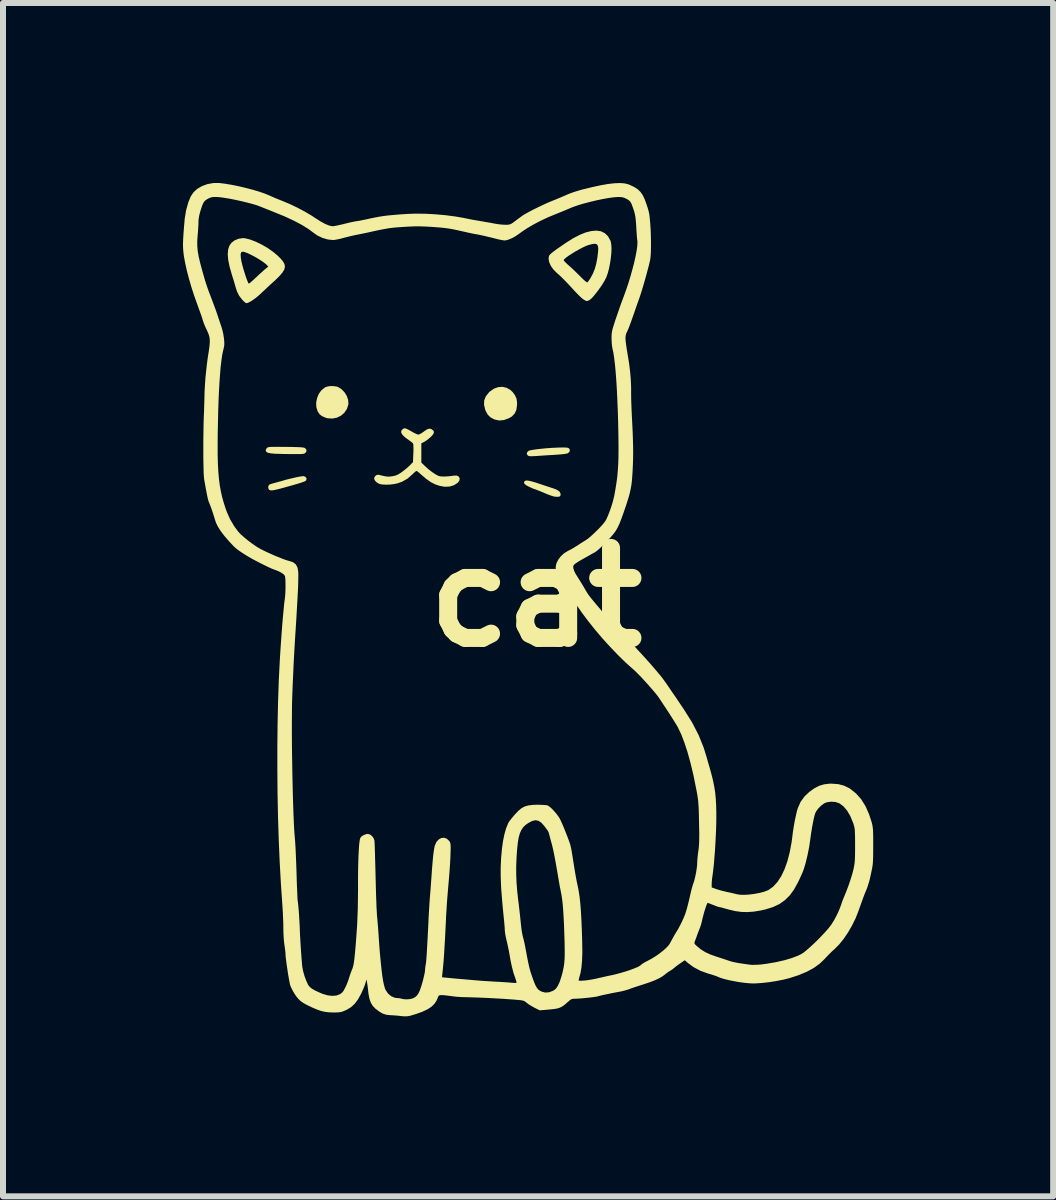
<source format=kicad_pcb>
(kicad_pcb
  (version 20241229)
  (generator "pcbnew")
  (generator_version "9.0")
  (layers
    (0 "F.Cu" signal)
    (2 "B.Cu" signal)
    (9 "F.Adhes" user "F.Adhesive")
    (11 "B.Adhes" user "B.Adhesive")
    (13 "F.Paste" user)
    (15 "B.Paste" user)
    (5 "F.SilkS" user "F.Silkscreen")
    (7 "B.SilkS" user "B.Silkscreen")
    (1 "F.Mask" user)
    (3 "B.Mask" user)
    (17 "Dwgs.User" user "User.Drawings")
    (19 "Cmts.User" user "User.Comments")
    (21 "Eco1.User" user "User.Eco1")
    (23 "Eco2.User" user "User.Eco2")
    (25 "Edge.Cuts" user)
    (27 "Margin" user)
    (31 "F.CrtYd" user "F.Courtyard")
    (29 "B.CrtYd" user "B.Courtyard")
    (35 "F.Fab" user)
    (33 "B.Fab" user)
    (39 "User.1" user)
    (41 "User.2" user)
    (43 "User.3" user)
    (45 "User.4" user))
  (footprint "cat"
    (layer "F.Cu")
    (at 5.885 6.905)
    (property "Reference" "cat" (at 0 0 0) (layer "F.SilkS") (effects (font (size 1.5 1.5) (thickness 0.3))))
    (attr board_only exclude_from_pos_files exclude_from_bom)
    (fp_poly (pts (xy -0.488 -3.49) (xy -0.424 -3.452) (xy -0.39 -3.42) (xy -0.349 -3.364) (xy -0.325 -3.308) (xy -0.316 -3.243) (xy -0.317 -3.199) (xy -0.328 -3.122) (xy -0.356 -3.062) (xy -0.401 -3.014) (xy -0.453 -2.983) (xy -0.537 -2.953) (xy -0.616 -2.946) (xy -0.693 -2.963) (xy -0.697 -2.965) (xy -0.758 -2.997) (xy -0.804 -3.042) (xy -0.838 -3.103) (xy -0.848 -3.129) (xy -0.867 -3.208) (xy -0.864 -3.28) (xy -0.838 -3.347) (xy -0.788 -3.411) (xy -0.769 -3.429) (xy -0.703 -3.476) (xy -0.631 -3.502) (xy -0.558 -3.507)) (stroke (width 0) (type solid)) (fill yes) (layer "F.SilkS"))
    (fp_poly (pts (xy -3.326 -3.512) (xy -3.3 -3.504) (xy -3.243 -3.468) (xy -3.193 -3.417) (xy -3.155 -3.356) (xy -3.132 -3.29) (xy -3.127 -3.225) (xy -3.129 -3.211) (xy -3.153 -3.137) (xy -3.196 -3.074) (xy -3.253 -3.025) (xy -3.322 -2.992) (xy -3.397 -2.978) (xy -3.475 -2.983) (xy -3.512 -2.994) (xy -3.568 -3.019) (xy -3.607 -3.049) (xy -3.635 -3.09) (xy -3.641 -3.101) (xy -3.662 -3.169) (xy -3.665 -3.243) (xy -3.65 -3.318) (xy -3.622 -3.388) (xy -3.58 -3.447) (xy -3.526 -3.492) (xy -3.501 -3.505) (xy -3.448 -3.518) (xy -3.386 -3.52)) (stroke (width 0) (type solid)) (fill yes) (layer "F.SilkS"))
    (fp_poly (pts (xy 0.496 -2.495) (xy 0.524 -2.492) (xy 0.542 -2.486) (xy 0.551 -2.479) (xy 0.565 -2.452) (xy 0.557 -2.424) (xy 0.531 -2.401) (xy 0.523 -2.397) (xy 0.5 -2.392) (xy 0.458 -2.386) (xy 0.401 -2.38) (xy 0.335 -2.375) (xy 0.29 -2.372) (xy 0.214 -2.368) (xy 0.136 -2.363) (xy 0.065 -2.358) (xy 0.007 -2.354) (xy -0.012 -2.353) (xy -0.068 -2.35) (xy -0.105 -2.351) (xy -0.128 -2.357) (xy -0.137 -2.362) (xy -0.154 -2.387) (xy -0.15 -2.414) (xy -0.126 -2.438) (xy -0.119 -2.442) (xy -0.091 -2.45) (xy -0.045 -2.458) (xy 0.018 -2.467) (xy 0.091 -2.475) (xy 0.172 -2.483) (xy 0.254 -2.489) (xy 0.335 -2.493) (xy 0.39 -2.495) (xy 0.453 -2.496)) (stroke (width 0) (type solid)) (fill yes) (layer "F.SilkS"))
    (fp_poly (pts (xy -3.843 -2.006) (xy -3.826 -1.983) (xy -3.829 -1.955) (xy -3.831 -1.951) (xy -3.837 -1.943) (xy -3.848 -1.935) (xy -3.866 -1.927) (xy -3.893 -1.917) (xy -3.932 -1.904) (xy -3.986 -1.888) (xy -4.057 -1.867) (xy -4.149 -1.842) (xy -4.175 -1.834) (xy -4.259 -1.811) (xy -4.324 -1.795) (xy -4.371 -1.785) (xy -4.405 -1.781) (xy -4.428 -1.782) (xy -4.444 -1.788) (xy -4.451 -1.793) (xy -4.464 -1.82) (xy -4.462 -1.852) (xy -4.45 -1.874) (xy -4.429 -1.884) (xy -4.395 -1.895) (xy -4.374 -1.901) (xy -4.328 -1.913) (xy -4.274 -1.928) (xy -4.237 -1.938) (xy -4.173 -1.957) (xy -4.105 -1.974) (xy -4.037 -1.99) (xy -3.975 -2.004) (xy -3.923 -2.013) (xy -3.887 -2.018) (xy -3.874 -2.018)) (stroke (width 0) (type solid)) (fill yes) (layer "F.SilkS"))
    (fp_poly (pts (xy -4.219 -2.506) (xy -4.174 -2.506) (xy -4.077 -2.505) (xy -4.002 -2.503) (xy -3.945 -2.501) (xy -3.904 -2.498) (xy -3.875 -2.494) (xy -3.858 -2.489) (xy -3.851 -2.486) (xy -3.828 -2.46) (xy -3.828 -2.43) (xy -3.846 -2.404) (xy -3.857 -2.397) (xy -3.874 -2.391) (xy -3.9 -2.388) (xy -3.939 -2.386) (xy -3.994 -2.386) (xy -4.07 -2.386) (xy -4.085 -2.386) (xy -4.159 -2.387) (xy -4.229 -2.388) (xy -4.289 -2.39) (xy -4.335 -2.391) (xy -4.356 -2.392) (xy -4.419 -2.398) (xy -4.462 -2.406) (xy -4.488 -2.417) (xy -4.501 -2.432) (xy -4.506 -2.455) (xy -4.492 -2.481) (xy -4.484 -2.489) (xy -4.475 -2.496) (xy -4.462 -2.501) (xy -4.441 -2.504) (xy -4.409 -2.506) (xy -4.363 -2.506) (xy -4.301 -2.507)) (stroke (width 0) (type solid)) (fill yes) (layer "F.SilkS"))
    (fp_poly (pts (xy -0.123 -1.942) (xy -0.077 -1.932) (xy -0.014 -1.914) (xy 0.067 -1.887) (xy 0.103 -1.875) (xy 0.163 -1.855) (xy 0.225 -1.835) (xy 0.278 -1.817) (xy 0.29 -1.814) (xy 0.352 -1.789) (xy 0.391 -1.761) (xy 0.408 -1.729) (xy 0.409 -1.707) (xy 0.404 -1.688) (xy 0.391 -1.678) (xy 0.362 -1.674) (xy 0.351 -1.674) (xy 0.322 -1.675) (xy 0.286 -1.682) (xy 0.241 -1.697) (xy 0.18 -1.72) (xy 0.14 -1.737) (xy 0.083 -1.761) (xy 0.033 -1.781) (xy -0.004 -1.795) (xy -0.024 -1.803) (xy -0.027 -1.803) (xy -0.042 -1.808) (xy -0.072 -1.821) (xy -0.111 -1.839) (xy -0.114 -1.84) (xy -0.165 -1.867) (xy -0.193 -1.891) (xy -0.201 -1.913) (xy -0.192 -1.932) (xy -0.178 -1.942) (xy -0.156 -1.946)) (stroke (width 0) (type solid)) (fill yes) (layer "F.SilkS"))
    (fp_poly (pts (xy -4.849 -5.983) (xy -4.765 -5.962) (xy -4.671 -5.926) (xy -4.572 -5.878) (xy -4.474 -5.821) (xy -4.384 -5.758) (xy -4.307 -5.694) (xy -4.254 -5.641) (xy -4.215 -5.594) (xy -4.192 -5.55) (xy -4.186 -5.507) (xy -4.196 -5.463) (xy -4.225 -5.415) (xy -4.271 -5.36) (xy -4.336 -5.295) (xy -4.405 -5.232) (xy -4.448 -5.193) (xy -4.5 -5.144) (xy -4.554 -5.093) (xy -4.586 -5.063) (xy -4.642 -5.013) (xy -4.699 -4.969) (xy -4.752 -4.933) (xy -4.796 -4.91) (xy -4.829 -4.901) (xy -4.83 -4.901) (xy -4.845 -4.909) (xy -4.87 -4.931) (xy -4.897 -4.958) (xy -4.948 -5.024) (xy -4.985 -5.097) (xy -5.009 -5.173) (xy -5.019 -5.209) (xy -5.034 -5.261) (xy -5.053 -5.321) (xy -5.071 -5.379) (xy -5.108 -5.509) (xy -5.131 -5.621) (xy -5.138 -5.706) (xy -4.924 -5.706) (xy -4.92 -5.655) (xy -4.917 -5.633) (xy -4.909 -5.591) (xy -4.896 -5.538) (xy -4.88 -5.478) (xy -4.861 -5.417) (xy -4.842 -5.357) (xy -4.824 -5.304) (xy -4.807 -5.262) (xy -4.795 -5.235) (xy -4.788 -5.228) (xy -4.774 -5.236) (xy -4.748 -5.257) (xy -4.713 -5.288) (xy -4.684 -5.315) (xy -4.637 -5.36) (xy -4.587 -5.405) (xy -4.544 -5.444) (xy -4.528 -5.458) (xy -4.463 -5.512) (xy -4.496 -5.546) (xy -4.532 -5.576) (xy -4.581 -5.61) (xy -4.639 -5.647) (xy -4.701 -5.682) (xy -4.763 -5.714) (xy -4.818 -5.739) (xy -4.862 -5.755) (xy -4.886 -5.76) (xy -4.908 -5.755) (xy -4.92 -5.738) (xy -4.924 -5.706) (xy -5.138 -5.706) (xy -5.139 -5.716) (xy -5.132 -5.796) (xy -5.111 -5.86) (xy -5.075 -5.91) (xy -5.022 -5.95) (xy -4.956 -5.976) (xy -4.886 -5.986)) (stroke (width 0) (type solid)) (fill yes) (layer "F.SilkS"))
    (fp_poly (pts (xy 1.082 -6.1) (xy 1.147 -6.068) (xy 1.2 -6.016) (xy 1.239 -5.946) (xy 1.245 -5.931) (xy 1.254 -5.881) (xy 1.258 -5.813) (xy 1.255 -5.731) (xy 1.245 -5.64) (xy 1.235 -5.573) (xy 1.217 -5.481) (xy 1.197 -5.405) (xy 1.173 -5.337) (xy 1.14 -5.271) (xy 1.097 -5.201) (xy 1.041 -5.122) (xy 1.023 -5.098) (xy 0.969 -5.029) (xy 0.925 -4.981) (xy 0.887 -4.951) (xy 0.854 -4.938) (xy 0.843 -4.937) (xy 0.824 -4.944) (xy 0.795 -4.961) (xy 0.779 -4.972) (xy 0.753 -4.994) (xy 0.715 -5.03) (xy 0.672 -5.074) (xy 0.629 -5.12) (xy 0.557 -5.198) (xy 0.489 -5.27) (xy 0.427 -5.332) (xy 0.375 -5.381) (xy 0.343 -5.409) (xy 0.29 -5.462) (xy 0.248 -5.521) (xy 0.22 -5.582) (xy 0.213 -5.619) (xy 0.46 -5.619) (xy 0.469 -5.605) (xy 0.492 -5.58) (xy 0.525 -5.548) (xy 0.548 -5.528) (xy 0.594 -5.487) (xy 0.649 -5.435) (xy 0.704 -5.381) (xy 0.738 -5.347) (xy 0.778 -5.307) (xy 0.813 -5.275) (xy 0.84 -5.254) (xy 0.853 -5.247) (xy 0.853 -5.248) (xy 0.866 -5.26) (xy 0.886 -5.287) (xy 0.907 -5.318) (xy 0.949 -5.397) (xy 0.981 -5.477) (xy 1.005 -5.565) (xy 1.024 -5.669) (xy 1.024 -5.674) (xy 1.034 -5.756) (xy 1.037 -5.817) (xy 1.03 -5.859) (xy 1.013 -5.883) (xy 0.984 -5.892) (xy 0.941 -5.888) (xy 0.883 -5.873) (xy 0.873 -5.87) (xy 0.83 -5.854) (xy 0.777 -5.829) (xy 0.718 -5.798) (xy 0.657 -5.764) (xy 0.599 -5.728) (xy 0.546 -5.694) (xy 0.502 -5.662) (xy 0.473 -5.637) (xy 0.46 -5.62) (xy 0.46 -5.619) (xy 0.213 -5.619) (xy 0.209 -5.639) (xy 0.215 -5.687) (xy 0.226 -5.704) (xy 0.248 -5.727) (xy 0.284 -5.757) (xy 0.335 -5.795) (xy 0.403 -5.842) (xy 0.489 -5.901) (xy 0.496 -5.906) (xy 0.618 -5.983) (xy 0.729 -6.041) (xy 0.829 -6.081) (xy 0.922 -6.104) (xy 1.005 -6.111)) (stroke (width 0) (type solid)) (fill yes) (layer "F.SilkS"))
    (fp_poly (pts (xy -2.173 -2.813) (xy -2.148 -2.803) (xy -2.112 -2.784) (xy -2.059 -2.754) (xy -2.047 -2.747) (xy -2.009 -2.728) (xy -1.977 -2.714) (xy -1.961 -2.711) (xy -1.939 -2.718) (xy -1.907 -2.736) (xy -1.881 -2.754) (xy -1.835 -2.787) (xy -1.8 -2.805) (xy -1.772 -2.81) (xy -1.746 -2.803) (xy -1.741 -2.8) (xy -1.711 -2.778) (xy -1.701 -2.752) (xy -1.713 -2.719) (xy -1.747 -2.679) (xy -1.754 -2.672) (xy -1.794 -2.638) (xy -1.835 -2.607) (xy -1.863 -2.59) (xy -1.912 -2.565) (xy -1.912 -2.404) (xy -1.912 -2.244) (xy -1.848 -2.183) (xy -1.788 -2.129) (xy -1.725 -2.081) (xy -1.667 -2.043) (xy -1.625 -2.022) (xy -1.588 -2.014) (xy -1.533 -2.012) (xy -1.466 -2.015) (xy -1.393 -2.023) (xy -1.364 -2.028) (xy -1.318 -2.027) (xy -1.287 -2.01) (xy -1.273 -1.982) (xy -1.277 -1.947) (xy -1.303 -1.91) (xy -1.304 -1.909) (xy -1.365 -1.868) (xy -1.438 -1.845) (xy -1.522 -1.841) (xy -1.609 -1.857) (xy -1.685 -1.883) (xy -1.756 -1.92) (xy -1.83 -1.972) (xy -1.911 -2.041) (xy -1.919 -2.048) (xy -1.951 -2.077) (xy -1.977 -2.097) (xy -1.992 -2.106) (xy -1.992 -2.106) (xy -2.006 -2.098) (xy -2.031 -2.077) (xy -2.058 -2.051) (xy -2.142 -1.977) (xy -2.234 -1.925) (xy -2.307 -1.899) (xy -2.367 -1.886) (xy -2.435 -1.878) (xy -2.502 -1.876) (xy -2.562 -1.879) (xy -2.607 -1.887) (xy -2.61 -1.889) (xy -2.652 -1.911) (xy -2.683 -1.941) (xy -2.698 -1.972) (xy -2.699 -1.979) (xy -2.688 -2.011) (xy -2.664 -2.034) (xy -2.632 -2.042) (xy -2.623 -2.041) (xy -2.558 -2.025) (xy -2.51 -2.015) (xy -2.472 -2.01) (xy -2.438 -2.011) (xy -2.4 -2.016) (xy -2.39 -2.017) (xy -2.343 -2.028) (xy -2.303 -2.044) (xy -2.26 -2.07) (xy -2.23 -2.092) (xy -2.183 -2.128) (xy -2.138 -2.166) (xy -2.102 -2.199) (xy -2.1 -2.202) (xy -2.051 -2.252) (xy -2.045 -2.397) (xy -2.043 -2.456) (xy -2.044 -2.506) (xy -2.045 -2.542) (xy -2.049 -2.56) (xy -2.063 -2.576) (xy -2.092 -2.599) (xy -2.115 -2.615) (xy -2.182 -2.664) (xy -2.226 -2.706) (xy -2.247 -2.743) (xy -2.247 -2.773) (xy -2.225 -2.8) (xy -2.22 -2.803) (xy -2.205 -2.812) (xy -2.191 -2.816)) (stroke (width 0) (type solid)) (fill yes) (layer "F.SilkS"))
    (fp_poly (pts (xy -5.187 -6.893) (xy -5.077 -6.875) (xy -4.959 -6.851) (xy -4.839 -6.823) (xy -4.721 -6.792) (xy -4.613 -6.76) (xy -4.518 -6.727) (xy -4.451 -6.699) (xy -4.401 -6.677) (xy -4.339 -6.65) (xy -4.272 -6.623) (xy -4.23 -6.606) (xy -4.107 -6.555) (xy -3.981 -6.495) (xy -3.858 -6.43) (xy -3.746 -6.364) (xy -3.681 -6.321) (xy -3.595 -6.266) (xy -3.517 -6.223) (xy -3.451 -6.196) (xy -3.397 -6.184) (xy -3.389 -6.184) (xy -3.364 -6.187) (xy -3.321 -6.195) (xy -3.266 -6.207) (xy -3.204 -6.221) (xy -3.186 -6.226) (xy -3.124 -6.241) (xy -3.068 -6.254) (xy -3.023 -6.263) (xy -2.996 -6.268) (xy -2.992 -6.268) (xy -2.97 -6.271) (xy -2.931 -6.278) (xy -2.877 -6.289) (xy -2.813 -6.302) (xy -2.775 -6.311) (xy -2.697 -6.327) (xy -2.624 -6.341) (xy -2.55 -6.353) (xy -2.472 -6.363) (xy -2.384 -6.371) (xy -2.281 -6.38) (xy -2.16 -6.388) (xy -2.151 -6.389) (xy -2.006 -6.394) (xy -1.846 -6.392) (xy -1.678 -6.383) (xy -1.51 -6.368) (xy -1.349 -6.347) (xy -1.203 -6.322) (xy -1.186 -6.318) (xy -1.117 -6.304) (xy -1.04 -6.289) (xy -0.968 -6.277) (xy -0.956 -6.275) (xy -0.897 -6.265) (xy -0.84 -6.255) (xy -0.794 -6.247) (xy -0.781 -6.245) (xy -0.697 -6.229) (xy -0.632 -6.218) (xy -0.579 -6.212) (xy -0.535 -6.209) (xy -0.503 -6.208) (xy -0.467 -6.209) (xy -0.44 -6.214) (xy -0.413 -6.225) (xy -0.381 -6.246) (xy -0.346 -6.272) (xy -0.302 -6.305) (xy -0.261 -6.335) (xy -0.23 -6.357) (xy -0.224 -6.362) (xy -0.181 -6.388) (xy -0.122 -6.421) (xy -0.05 -6.459) (xy 0.029 -6.498) (xy 0.109 -6.536) (xy 0.187 -6.572) (xy 0.256 -6.601) (xy 0.268 -6.606) (xy 0.335 -6.633) (xy 0.405 -6.662) (xy 0.468 -6.689) (xy 0.516 -6.71) (xy 0.566 -6.731) (xy 0.631 -6.754) (xy 0.703 -6.776) (xy 0.768 -6.795) (xy 0.932 -6.835) (xy 1.074 -6.866) (xy 1.198 -6.888) (xy 1.304 -6.9) (xy 1.394 -6.904) (xy 1.47 -6.899) (xy 1.532 -6.885) (xy 1.561 -6.874) (xy 1.636 -6.838) (xy 1.694 -6.801) (xy 1.74 -6.757) (xy 1.778 -6.703) (xy 1.811 -6.634) (xy 1.841 -6.551) (xy 1.863 -6.485) (xy 1.878 -6.43) (xy 1.889 -6.376) (xy 1.896 -6.315) (xy 1.903 -6.239) (xy 1.903 -6.238) (xy 1.91 -6.136) (xy 1.914 -6.031) (xy 1.916 -5.929) (xy 1.916 -5.833) (xy 1.914 -5.748) (xy 1.909 -5.677) (xy 1.903 -5.626) (xy 1.902 -5.621) (xy 1.885 -5.548) (xy 1.862 -5.46) (xy 1.836 -5.363) (xy 1.808 -5.264) (xy 1.78 -5.167) (xy 1.753 -5.079) (xy 1.729 -5.006) (xy 1.718 -4.974) (xy 1.694 -4.907) (xy 1.666 -4.827) (xy 1.637 -4.744) (xy 1.61 -4.667) (xy 1.609 -4.664) (xy 1.586 -4.598) (xy 1.562 -4.534) (xy 1.541 -4.479) (xy 1.524 -4.439) (xy 1.52 -4.432) (xy 1.506 -4.402) (xy 1.497 -4.374) (xy 1.492 -4.343) (xy 1.491 -4.306) (xy 1.495 -4.259) (xy 1.503 -4.197) (xy 1.515 -4.118) (xy 1.524 -4.064) (xy 1.551 -3.899) (xy 1.569 -3.753) (xy 1.58 -3.62) (xy 1.585 -3.496) (xy 1.585 -3.437) (xy 1.585 -3.379) (xy 1.586 -3.304) (xy 1.589 -3.219) (xy 1.592 -3.13) (xy 1.596 -3.049) (xy 1.604 -2.889) (xy 1.611 -2.75) (xy 1.615 -2.626) (xy 1.618 -2.516) (xy 1.619 -2.415) (xy 1.618 -2.32) (xy 1.615 -2.226) (xy 1.611 -2.13) (xy 1.611 -2.13) (xy 1.605 -2.033) (xy 1.599 -1.949) (xy 1.59 -1.874) (xy 1.577 -1.802) (xy 1.561 -1.729) (xy 1.539 -1.651) (xy 1.511 -1.562) (xy 1.476 -1.458) (xy 1.453 -1.392) (xy 1.418 -1.295) (xy 1.387 -1.218) (xy 1.358 -1.157) (xy 1.331 -1.11) (xy 1.325 -1.101) (xy 1.292 -1.056) (xy 1.248 -1.004) (xy 1.197 -0.947) (xy 1.142 -0.891) (xy 1.089 -0.839) (xy 1.04 -0.794) (xy 0.999 -0.761) (xy 0.974 -0.745) (xy 0.932 -0.723) (xy 0.89 -0.699) (xy 0.883 -0.695) (xy 0.85 -0.676) (xy 0.805 -0.651) (xy 0.768 -0.63) (xy 0.724 -0.605) (xy 0.681 -0.578) (xy 0.655 -0.56) (xy 0.63 -0.538) (xy 0.62 -0.518) (xy 0.621 -0.489) (xy 0.623 -0.479) (xy 0.635 -0.44) (xy 0.66 -0.389) (xy 0.695 -0.333) (xy 0.731 -0.276) (xy 0.77 -0.213) (xy 0.804 -0.156) (xy 0.81 -0.145) (xy 0.83 -0.11) (xy 0.849 -0.079) (xy 0.868 -0.049) (xy 0.892 -0.017) (xy 0.921 0.02) (xy 0.959 0.066) (xy 1.007 0.124) (xy 1.069 0.197) (xy 1.071 0.2) (xy 1.12 0.259) (xy 1.169 0.319) (xy 1.213 0.374) (xy 1.247 0.419) (xy 1.261 0.437) (xy 1.293 0.477) (xy 1.338 0.526) (xy 1.389 0.577) (xy 1.438 0.621) (xy 1.489 0.667) (xy 1.538 0.712) (xy 1.58 0.753) (xy 1.609 0.784) (xy 1.645 0.823) (xy 1.688 0.87) (xy 1.723 0.908) (xy 1.774 0.963) (xy 1.831 1.026) (xy 1.891 1.093) (xy 1.95 1.161) (xy 2.006 1.226) (xy 2.053 1.282) (xy 2.091 1.328) (xy 2.106 1.348) (xy 2.121 1.368) (xy 2.137 1.39) (xy 2.155 1.415) (xy 2.176 1.445) (xy 2.202 1.483) (xy 2.234 1.53) (xy 2.274 1.589) (xy 2.324 1.661) (xy 2.383 1.749) (xy 2.455 1.855) (xy 2.47 1.878) (xy 2.603 2.09) (xy 2.711 2.3) (xy 2.795 2.509) (xy 2.844 2.668) (xy 2.852 2.696) (xy 2.864 2.74) (xy 2.879 2.791) (xy 2.886 2.813) (xy 2.921 2.939) (xy 2.949 3.05) (xy 2.97 3.153) (xy 2.986 3.252) (xy 2.996 3.355) (xy 3.002 3.466) (xy 3.005 3.592) (xy 3.005 3.679) (xy 3.004 3.77) (xy 3.001 3.873) (xy 2.996 3.985) (xy 2.99 4.102) (xy 2.983 4.218) (xy 2.974 4.33) (xy 2.966 4.434) (xy 2.956 4.526) (xy 2.947 4.602) (xy 2.94 4.651) (xy 2.933 4.702) (xy 2.929 4.756) (xy 2.928 4.774) (xy 2.928 4.837) (xy 3.002 4.864) (xy 3.05 4.879) (xy 3.11 4.896) (xy 3.171 4.91) (xy 3.187 4.914) (xy 3.241 4.925) (xy 3.292 4.937) (xy 3.33 4.946) (xy 3.34 4.949) (xy 3.396 4.959) (xy 3.47 4.961) (xy 3.553 4.956) (xy 3.64 4.945) (xy 3.726 4.929) (xy 3.802 4.909) (xy 3.865 4.885) (xy 3.875 4.88) (xy 3.952 4.825) (xy 4.022 4.749) (xy 4.086 4.652) (xy 4.142 4.535) (xy 4.19 4.4) (xy 4.229 4.249) (xy 4.26 4.083) (xy 4.271 3.999) (xy 4.282 3.913) (xy 4.296 3.821) (xy 4.312 3.731) (xy 4.33 3.647) (xy 4.346 3.575) (xy 4.362 3.52) (xy 4.364 3.515) (xy 4.41 3.411) (xy 4.474 3.322) (xy 4.553 3.247) (xy 4.638 3.186) (xy 4.718 3.144) (xy 4.8 3.119) (xy 4.892 3.108) (xy 4.932 3.108) (xy 5.04 3.116) (xy 5.134 3.141) (xy 5.223 3.185) (xy 5.236 3.193) (xy 5.333 3.27) (xy 5.418 3.365) (xy 5.491 3.481) (xy 5.551 3.617) (xy 5.593 3.745) (xy 5.602 3.778) (xy 5.608 3.809) (xy 5.613 3.842) (xy 5.617 3.882) (xy 5.619 3.932) (xy 5.62 3.996) (xy 5.62 4.077) (xy 5.62 4.139) (xy 5.62 4.239) (xy 5.619 4.319) (xy 5.617 4.383) (xy 5.614 4.435) (xy 5.609 4.479) (xy 5.602 4.518) (xy 5.598 4.538) (xy 5.587 4.592) (xy 5.576 4.643) (xy 5.567 4.682) (xy 5.566 4.689) (xy 5.555 4.731) (xy 5.539 4.783) (xy 5.522 4.837) (xy 5.504 4.883) (xy 5.494 4.907) (xy 5.483 4.932) (xy 5.466 4.976) (xy 5.445 5.033) (xy 5.421 5.099) (xy 5.396 5.17) (xy 5.373 5.234) (xy 5.326 5.353) (xy 5.267 5.473) (xy 5.2 5.589) (xy 5.127 5.696) (xy 5.052 5.789) (xy 4.978 5.863) (xy 4.931 5.905) (xy 4.878 5.958) (xy 4.827 6.011) (xy 4.81 6.03) (xy 4.728 6.109) (xy 4.629 6.18) (xy 4.513 6.243) (xy 4.376 6.3) (xy 4.218 6.351) (xy 4.217 6.351) (xy 4.117 6.376) (xy 4.003 6.398) (xy 3.883 6.417) (xy 3.766 6.43) (xy 3.659 6.437) (xy 3.621 6.438) (xy 3.552 6.435) (xy 3.472 6.427) (xy 3.384 6.415) (xy 3.295 6.399) (xy 3.21 6.382) (xy 3.134 6.363) (xy 3.072 6.344) (xy 3.039 6.33) (xy 3.008 6.317) (xy 2.962 6.301) (xy 2.907 6.284) (xy 2.874 6.275) (xy 2.743 6.228) (xy 2.624 6.165) (xy 2.535 6.099) (xy 2.479 6.051) (xy 2.41 6.098) (xy 2.369 6.127) (xy 2.329 6.157) (xy 2.305 6.177) (xy 2.271 6.204) (xy 2.236 6.227) (xy 2.233 6.228) (xy 2.201 6.248) (xy 2.164 6.276) (xy 2.148 6.289) (xy 2.105 6.321) (xy 2.051 6.352) (xy 1.983 6.384) (xy 1.898 6.417) (xy 1.794 6.452) (xy 1.694 6.484) (xy 1.641 6.501) (xy 1.586 6.52) (xy 1.553 6.533) (xy 1.51 6.547) (xy 1.454 6.562) (xy 1.397 6.575) (xy 1.39 6.576) (xy 1.325 6.588) (xy 1.258 6.601) (xy 1.193 6.615) (xy 1.134 6.627) (xy 1.085 6.638) (xy 1.052 6.646) (xy 1.039 6.65) (xy 1.022 6.655) (xy 0.985 6.661) (xy 0.936 6.668) (xy 0.878 6.675) (xy 0.817 6.681) (xy 0.758 6.687) (xy 0.707 6.69) (xy 0.669 6.692) (xy 0.667 6.692) (xy 0.627 6.693) (xy 0.599 6.697) (xy 0.575 6.709) (xy 0.547 6.732) (xy 0.523 6.753) (xy 0.477 6.793) (xy 0.436 6.822) (xy 0.394 6.843) (xy 0.346 6.857) (xy 0.284 6.866) (xy 0.214 6.873) (xy 0.062 6.886) (xy -0.027 6.842) (xy -0.075 6.815) (xy -0.121 6.787) (xy -0.155 6.761) (xy -0.158 6.759) (xy -0.176 6.744) (xy -0.193 6.733) (xy -0.213 6.725) (xy -0.242 6.719) (xy -0.284 6.714) (xy -0.344 6.709) (xy -0.376 6.706) (xy -0.463 6.7) (xy -0.564 6.693) (xy -0.672 6.687) (xy -0.784 6.681) (xy -0.894 6.676) (xy -0.996 6.672) (xy -1.086 6.669) (xy -1.159 6.667) (xy -1.174 6.667) (xy -1.241 6.665) (xy -1.318 6.66) (xy -1.391 6.652) (xy -1.41 6.649) (xy -1.489 6.639) (xy -1.547 6.633) (xy -1.587 6.632) (xy -1.612 6.637) (xy -1.626 6.646) (xy -1.629 6.653) (xy -1.656 6.72) (xy -1.693 6.777) (xy -1.744 6.827) (xy -1.811 6.87) (xy -1.896 6.91) (xy -1.994 6.945) (xy -2.059 6.965) (xy -2.108 6.979) (xy -2.15 6.985) (xy -2.19 6.986) (xy -2.236 6.983) (xy -2.257 6.98) (xy -2.317 6.974) (xy -2.384 6.969) (xy -2.426 6.967) (xy -2.494 6.96) (xy -2.554 6.941) (xy -2.613 6.907) (xy -2.675 6.86) (xy -2.72 6.814) (xy -2.753 6.76) (xy -2.777 6.693) (xy -2.793 6.609) (xy -2.797 6.573) (xy -2.803 6.517) (xy -2.81 6.465) (xy -2.816 6.426) (xy -2.818 6.414) (xy -2.827 6.371) (xy -2.843 6.432) (xy -2.855 6.468) (xy -2.875 6.518) (xy -2.9 6.575) (xy -2.919 6.616) (xy -2.969 6.706) (xy -3.022 6.776) (xy -3.081 6.831) (xy -3.152 6.875) (xy -3.177 6.886) (xy -3.216 6.903) (xy -3.249 6.913) (xy -3.286 6.919) (xy -3.332 6.921) (xy -3.379 6.922) (xy -3.454 6.919) (xy -3.52 6.911) (xy -3.585 6.896) (xy -3.655 6.871) (xy -3.737 6.836) (xy -3.745 6.832) (xy -3.822 6.795) (xy -3.881 6.762) (xy -3.927 6.729) (xy -3.965 6.692) (xy -4.001 6.647) (xy -4.023 6.614) (xy -4.054 6.562) (xy -4.08 6.51) (xy -4.098 6.467) (xy -4.101 6.456) (xy -4.11 6.411) (xy -4.121 6.352) (xy -4.133 6.283) (xy -4.144 6.209) (xy -4.155 6.136) (xy -4.164 6.069) (xy -4.171 6.013) (xy -4.175 5.974) (xy -4.175 5.964) (xy -4.177 5.927) (xy -4.183 5.876) (xy -4.19 5.82) (xy -4.193 5.802) (xy -4.2 5.749) (xy -4.206 5.679) (xy -4.21 5.602) (xy -4.212 5.526) (xy -4.212 5.512) (xy -4.213 5.433) (xy -4.217 5.34) (xy -4.221 5.243) (xy -4.227 5.151) (xy -4.229 5.119) (xy -4.253 4.773) (xy -4.273 4.411) (xy -4.289 4.037) (xy -4.301 3.653) (xy -4.309 3.265) (xy -4.312 2.876) (xy -4.312 2.49) (xy -4.308 2.111) (xy -4.3 1.743) (xy -4.288 1.389) (xy -4.271 1.054) (xy -4.264 0.938) (xy -4.253 0.772) (xy -4.242 0.616) (xy -4.231 0.47) (xy -4.22 0.339) (xy -4.209 0.224) (xy -4.2 0.127) (xy -4.191 0.052) (xy -4.188 0.03) (xy -4.182 -0.023) (xy -4.178 -0.086) (xy -4.176 -0.154) (xy -4.176 -0.22) (xy -4.177 -0.28) (xy -4.181 -0.327) (xy -4.186 -0.355) (xy -4.186 -0.356) (xy -4.207 -0.382) (xy -4.246 -0.409) (xy -4.301 -0.437) (xy -4.362 -0.46) (xy -4.399 -0.474) (xy -4.451 -0.497) (xy -4.515 -0.528) (xy -4.585 -0.563) (xy -4.657 -0.6) (xy -4.725 -0.636) (xy -4.785 -0.67) (xy -4.83 -0.697) (xy -4.896 -0.739) (xy -4.946 -0.773) (xy -4.986 -0.802) (xy -5.02 -0.831) (xy -5.053 -0.863) (xy -5.091 -0.904) (xy -5.117 -0.932) (xy -5.194 -1.021) (xy -5.254 -1.1) (xy -5.299 -1.17) (xy -5.332 -1.235) (xy -5.35 -1.288) (xy -5.383 -1.394) (xy -5.415 -1.489) (xy -5.445 -1.566) (xy -5.448 -1.573) (xy -5.458 -1.598) (xy -5.468 -1.632) (xy -5.478 -1.676) (xy -5.49 -1.734) (xy -5.504 -1.809) (xy -5.521 -1.904) (xy -5.532 -1.966) (xy -5.536 -2.004) (xy -5.54 -2.062) (xy -5.542 -2.139) (xy -5.544 -2.23) (xy -5.546 -2.332) (xy -5.546 -2.444) (xy -5.546 -2.56) (xy -5.545 -2.678) (xy -5.543 -2.795) (xy -5.541 -2.908) (xy -5.538 -3.007) (xy -5.534 -3.091) (xy -5.532 -3.169) (xy -5.53 -3.237) (xy -5.528 -3.292) (xy -5.527 -3.328) (xy -5.527 -3.34) (xy -5.525 -3.429) (xy -5.519 -3.535) (xy -5.511 -3.651) (xy -5.499 -3.77) (xy -5.486 -3.886) (xy -5.472 -3.99) (xy -5.468 -4.018) (xy -5.453 -4.113) (xy -5.443 -4.189) (xy -5.438 -4.25) (xy -5.439 -4.301) (xy -5.446 -4.345) (xy -5.459 -4.387) (xy -5.478 -4.432) (xy -5.491 -4.46) (xy -5.515 -4.512) (xy -5.537 -4.565) (xy -5.552 -4.609) (xy -5.555 -4.617) (xy -5.564 -4.648) (xy -5.58 -4.697) (xy -5.602 -4.758) (xy -5.627 -4.827) (xy -5.647 -4.883) (xy -5.697 -5.023) (xy -5.744 -5.167) (xy -5.785 -5.309) (xy -5.821 -5.446) (xy -5.849 -5.573) (xy -5.87 -5.686) (xy -5.88 -5.772) (xy -5.883 -5.818) (xy -5.885 -5.867) (xy -5.884 -5.922) (xy -5.883 -5.94) (xy -5.647 -5.94) (xy -5.647 -5.856) (xy -5.639 -5.769) (xy -5.623 -5.676) (xy -5.598 -5.57) (xy -5.571 -5.47) (xy -5.546 -5.381) (xy -5.526 -5.311) (xy -5.509 -5.254) (xy -5.493 -5.206) (xy -5.478 -5.161) (xy -5.462 -5.115) (xy -5.442 -5.063) (xy -5.418 -5) (xy -5.414 -4.99) (xy -5.387 -4.918) (xy -5.36 -4.845) (xy -5.335 -4.777) (xy -5.316 -4.722) (xy -5.311 -4.707) (xy -5.291 -4.646) (xy -5.268 -4.578) (xy -5.248 -4.519) (xy -5.246 -4.514) (xy -5.229 -4.456) (xy -5.213 -4.387) (xy -5.203 -4.322) (xy -5.202 -4.317) (xy -5.197 -4.259) (xy -5.196 -4.215) (xy -5.201 -4.173) (xy -5.213 -4.123) (xy -5.215 -4.114) (xy -5.231 -4.039) (xy -5.245 -3.94) (xy -5.259 -3.819) (xy -5.27 -3.676) (xy -5.281 -3.513) (xy -5.29 -3.331) (xy -5.297 -3.129) (xy -5.302 -2.91) (xy -5.306 -2.723) (xy -5.307 -2.537) (xy -5.307 -2.372) (xy -5.303 -2.226) (xy -5.296 -2.095) (xy -5.286 -1.977) (xy -5.272 -1.868) (xy -5.254 -1.766) (xy -5.232 -1.668) (xy -5.204 -1.57) (xy -5.172 -1.471) (xy -5.154 -1.422) (xy -5.101 -1.302) (xy -5.031 -1.183) (xy -4.963 -1.092) (xy -4.922 -1.048) (xy -4.864 -0.997) (xy -4.797 -0.942) (xy -4.726 -0.889) (xy -4.657 -0.842) (xy -4.596 -0.806) (xy -4.593 -0.804) (xy -4.529 -0.772) (xy -4.456 -0.738) (xy -4.378 -0.703) (xy -4.301 -0.671) (xy -4.229 -0.642) (xy -4.168 -0.62) (xy -4.122 -0.606) (xy -4.112 -0.604) (xy -4.048 -0.582) (xy -4.003 -0.546) (xy -3.976 -0.495) (xy -3.966 -0.442) (xy -3.963 -0.408) (xy -3.962 -0.364) (xy -3.963 -0.309) (xy -3.964 -0.24) (xy -3.967 -0.157) (xy -3.972 -0.058) (xy -3.978 0.058) (xy -3.986 0.194) (xy -3.995 0.35) (xy -4.006 0.527) (xy -4.013 0.629) (xy -4.019 0.729) (xy -4.025 0.828) (xy -4.031 0.932) (xy -4.037 1.042) (xy -4.043 1.164) (xy -4.049 1.299) (xy -4.056 1.453) (xy -4.061 1.585) (xy -4.065 1.691) (xy -4.068 1.815) (xy -4.069 1.955) (xy -4.07 2.107) (xy -4.07 2.27) (xy -4.069 2.441) (xy -4.067 2.616) (xy -4.064 2.793) (xy -4.061 2.971) (xy -4.057 3.145) (xy -4.053 3.313) (xy -4.048 3.472) (xy -4.043 3.621) (xy -4.037 3.756) (xy -4.031 3.874) (xy -4.024 3.973) (xy -4.018 4.042) (xy -4.015 4.081) (xy -4.011 4.141) (xy -4.007 4.217) (xy -4.003 4.307) (xy -3.999 4.406) (xy -3.995 4.511) (xy -3.992 4.604) (xy -3.989 4.706) (xy -3.986 4.801) (xy -3.982 4.884) (xy -3.979 4.955) (xy -3.977 5.01) (xy -3.975 5.046) (xy -3.973 5.061) (xy -3.973 5.062) (xy -3.97 5.077) (xy -3.966 5.112) (xy -3.961 5.161) (xy -3.956 5.221) (xy -3.951 5.287) (xy -3.947 5.355) (xy -3.943 5.418) (xy -3.94 5.474) (xy -3.939 5.5) (xy -3.937 5.556) (xy -3.934 5.628) (xy -3.929 5.711) (xy -3.924 5.8) (xy -3.918 5.89) (xy -3.912 5.975) (xy -3.906 6.051) (xy -3.901 6.112) (xy -3.898 6.147) (xy -3.884 6.226) (xy -3.86 6.313) (xy -3.829 6.396) (xy -3.798 6.463) (xy -3.773 6.495) (xy -3.733 6.527) (xy -3.676 6.559) (xy -3.599 6.594) (xy -3.556 6.612) (xy -3.473 6.636) (xy -3.394 6.645) (xy -3.323 6.638) (xy -3.264 6.615) (xy -3.228 6.586) (xy -3.205 6.554) (xy -3.179 6.505) (xy -3.153 6.448) (xy -3.13 6.388) (xy -3.117 6.347) (xy -3.1 6.293) (xy -3.079 6.236) (xy -3.068 6.208) (xy -3.058 6.183) (xy -3.05 6.156) (xy -3.042 6.123) (xy -3.035 6.082) (xy -3.028 6.029) (xy -3.021 5.961) (xy -3.013 5.876) (xy -3.004 5.77) (xy -3.002 5.748) (xy -2.982 5.467) (xy -2.971 5.182) (xy -2.967 4.884) (xy -2.967 4.798) (xy -2.967 4.671) (xy -2.966 4.547) (xy -2.963 4.43) (xy -2.96 4.322) (xy -2.955 4.226) (xy -2.95 4.144) (xy -2.943 4.08) (xy -2.936 4.035) (xy -2.931 4.016) (xy -2.909 3.987) (xy -2.87 3.963) (xy -2.826 3.948) (xy -2.802 3.945) (xy -2.766 3.956) (xy -2.732 3.983) (xy -2.705 4.021) (xy -2.694 4.055) (xy -2.692 4.075) (xy -2.69 4.117) (xy -2.688 4.178) (xy -2.685 4.255) (xy -2.683 4.346) (xy -2.68 4.447) (xy -2.677 4.557) (xy -2.675 4.641) (xy -2.672 4.758) (xy -2.669 4.873) (xy -2.666 4.981) (xy -2.662 5.08) (xy -2.659 5.166) (xy -2.655 5.235) (xy -2.652 5.286) (xy -2.651 5.306) (xy -2.645 5.367) (xy -2.639 5.442) (xy -2.632 5.522) (xy -2.627 5.597) (xy -2.614 5.786) (xy -2.601 5.952) (xy -2.587 6.096) (xy -2.574 6.22) (xy -2.561 6.323) (xy -2.547 6.407) (xy -2.532 6.474) (xy -2.517 6.524) (xy -2.508 6.545) (xy -2.468 6.605) (xy -2.415 6.65) (xy -2.356 6.676) (xy -2.318 6.681) (xy -2.28 6.684) (xy -2.249 6.69) (xy -2.245 6.692) (xy -2.207 6.7) (xy -2.157 6.703) (xy -2.105 6.699) (xy -2.062 6.689) (xy -2.056 6.687) (xy -2.018 6.668) (xy -1.988 6.642) (xy -1.962 6.607) (xy -1.939 6.559) (xy -1.916 6.493) (xy -1.898 6.435) (xy -1.881 6.372) (xy -1.867 6.312) (xy -1.856 6.263) (xy -1.851 6.23) (xy -1.851 6.226) (xy -1.848 6.182) (xy -1.841 6.133) (xy -1.839 6.123) (xy -1.836 6.106) (xy -1.833 6.084) (xy -1.83 6.054) (xy -1.827 6.013) (xy -1.823 5.962) (xy -1.819 5.897) (xy -1.815 5.817) (xy -1.809 5.719) (xy -1.803 5.603) (xy -1.796 5.466) (xy -1.791 5.349) (xy -1.786 5.263) (xy -1.781 5.176) (xy -1.776 5.094) (xy -1.771 5.024) (xy -1.767 4.974) (xy -1.762 4.913) (xy -1.756 4.838) (xy -1.75 4.755) (xy -1.744 4.675) (xy -1.743 4.659) (xy -1.733 4.518) (xy -1.723 4.4) (xy -1.714 4.304) (xy -1.704 4.229) (xy -1.695 4.173) (xy -1.686 4.137) (xy -1.659 4.078) (xy -1.622 4.037) (xy -1.579 4.014) (xy -1.533 4.009) (xy -1.488 4.025) (xy -1.448 4.062) (xy -1.446 4.063) (xy -1.432 4.089) (xy -1.425 4.122) (xy -1.423 4.169) (xy -1.423 4.181) (xy -1.425 4.265) (xy -1.429 4.365) (xy -1.435 4.474) (xy -1.443 4.583) (xy -1.451 4.683) (xy -1.462 4.809) (xy -1.471 4.916) (xy -1.479 5.009) (xy -1.485 5.092) (xy -1.49 5.171) (xy -1.495 5.25) (xy -1.5 5.334) (xy -1.501 5.367) (xy -1.51 5.548) (xy -1.518 5.705) (xy -1.526 5.84) (xy -1.533 5.952) (xy -1.539 6.044) (xy -1.545 6.115) (xy -1.55 6.165) (xy -1.555 6.217) (xy -1.56 6.263) (xy -1.564 6.295) (xy -1.564 6.299) (xy -1.567 6.335) (xy -1.482 6.343) (xy -1.422 6.349) (xy -1.341 6.357) (xy -1.245 6.365) (xy -1.138 6.374) (xy -1.024 6.384) (xy -0.962 6.389) (xy -0.891 6.395) (xy -0.808 6.4) (xy -0.727 6.405) (xy -0.684 6.408) (xy -0.614 6.411) (xy -0.542 6.416) (xy -0.476 6.42) (xy -0.439 6.423) (xy -0.392 6.427) (xy -0.354 6.429) (xy -0.331 6.429) (xy -0.328 6.428) (xy -0.326 6.416) (xy -0.333 6.388) (xy -0.345 6.352) (xy -0.374 6.268) (xy -0.401 6.165) (xy -0.426 6.049) (xy -0.441 5.96) (xy -0.454 5.89) (xy -0.47 5.812) (xy -0.486 5.74) (xy -0.491 5.723) (xy -0.504 5.665) (xy -0.514 5.609) (xy -0.52 5.562) (xy -0.521 5.547) (xy -0.522 5.516) (xy -0.526 5.465) (xy -0.532 5.401) (xy -0.539 5.329) (xy -0.545 5.27) (xy -0.554 5.181) (xy -0.563 5.078) (xy -0.572 4.97) (xy -0.58 4.869) (xy -0.583 4.816) (xy -0.589 4.655) (xy -0.589 4.497) (xy -0.589 4.495) (xy -0.331 4.495) (xy -0.33 4.624) (xy -0.325 4.755) (xy -0.314 4.896) (xy -0.297 5.051) (xy -0.29 5.101) (xy -0.281 5.182) (xy -0.271 5.269) (xy -0.262 5.352) (xy -0.255 5.424) (xy -0.253 5.439) (xy -0.246 5.506) (xy -0.237 5.572) (xy -0.226 5.63) (xy -0.218 5.663) (xy -0.206 5.709) (xy -0.192 5.769) (xy -0.179 5.835) (xy -0.17 5.881) (xy -0.149 5.996) (xy -0.13 6.09) (xy -0.113 6.167) (xy -0.096 6.23) (xy -0.085 6.265) (xy -0.055 6.353) (xy -0.03 6.421) (xy -0.008 6.472) (xy 0.013 6.509) (xy 0.035 6.537) (xy 0.06 6.556) (xy 0.089 6.572) (xy 0.09 6.573) (xy 0.154 6.59) (xy 0.222 6.584) (xy 0.292 6.556) (xy 0.292 6.556) (xy 0.33 6.526) (xy 0.364 6.477) (xy 0.395 6.409) (xy 0.424 6.32) (xy 0.44 6.262) (xy 0.452 6.208) (xy 0.463 6.155) (xy 0.47 6.101) (xy 0.475 6.042) (xy 0.478 5.975) (xy 0.478 5.895) (xy 0.477 5.801) (xy 0.474 5.688) (xy 0.471 5.608) (xy 0.466 5.453) (xy 0.459 5.32) (xy 0.452 5.207) (xy 0.444 5.112) (xy 0.435 5.033) (xy 0.425 4.967) (xy 0.417 4.925) (xy 0.409 4.884) (xy 0.397 4.825) (xy 0.385 4.757) (xy 0.373 4.687) (xy 0.37 4.671) (xy 0.349 4.545) (xy 0.33 4.439) (xy 0.314 4.351) (xy 0.3 4.277) (xy 0.287 4.215) (xy 0.274 4.16) (xy 0.262 4.111) (xy 0.259 4.102) (xy 0.244 4.048) (xy 0.231 3.998) (xy 0.221 3.96) (xy 0.218 3.947) (xy 0.212 3.927) (xy 0.205 3.909) (xy 0.193 3.888) (xy 0.172 3.86) (xy 0.141 3.818) (xy 0.133 3.808) (xy 0.086 3.756) (xy 0.039 3.726) (xy -0.01 3.717) (xy -0.065 3.73) (xy -0.129 3.764) (xy -0.137 3.769) (xy -0.181 3.801) (xy -0.217 3.838) (xy -0.246 3.882) (xy -0.27 3.937) (xy -0.289 4.004) (xy -0.303 4.087) (xy -0.314 4.187) (xy -0.323 4.309) (xy -0.326 4.362) (xy -0.331 4.495) (xy -0.589 4.495) (xy -0.582 4.344) (xy -0.569 4.2) (xy -0.551 4.068) (xy -0.527 3.95) (xy -0.498 3.849) (xy -0.465 3.769) (xy -0.456 3.752) (xy -0.437 3.724) (xy -0.406 3.685) (xy -0.369 3.641) (xy -0.348 3.617) (xy -0.292 3.558) (xy -0.24 3.515) (xy -0.186 3.487) (xy -0.126 3.47) (xy -0.052 3.461) (xy 0.02 3.459) (xy 0.08 3.46) (xy 0.133 3.463) (xy 0.173 3.466) (xy 0.194 3.471) (xy 0.223 3.49) (xy 0.262 3.523) (xy 0.303 3.567) (xy 0.344 3.615) (xy 0.379 3.663) (xy 0.396 3.691) (xy 0.414 3.728) (xy 0.438 3.781) (xy 0.466 3.847) (xy 0.494 3.918) (xy 0.522 3.988) (xy 0.546 4.053) (xy 0.565 4.107) (xy 0.569 4.12) (xy 0.578 4.155) (xy 0.589 4.205) (xy 0.598 4.259) (xy 0.599 4.265) (xy 0.622 4.408) (xy 0.641 4.528) (xy 0.658 4.628) (xy 0.673 4.71) (xy 0.686 4.774) (xy 0.69 4.792) (xy 0.705 4.862) (xy 0.717 4.934) (xy 0.728 5.011) (xy 0.737 5.096) (xy 0.745 5.191) (xy 0.752 5.299) (xy 0.758 5.422) (xy 0.764 5.563) (xy 0.769 5.726) (xy 0.77 5.774) (xy 0.772 5.927) (xy 0.767 6.059) (xy 0.757 6.171) (xy 0.741 6.266) (xy 0.726 6.319) (xy 0.716 6.356) (xy 0.711 6.382) (xy 0.712 6.391) (xy 0.747 6.393) (xy 0.799 6.39) (xy 0.861 6.383) (xy 0.925 6.373) (xy 0.985 6.361) (xy 0.992 6.36) (xy 1.056 6.345) (xy 1.132 6.328) (xy 1.207 6.311) (xy 1.24 6.305) (xy 1.323 6.286) (xy 1.408 6.263) (xy 1.491 6.239) (xy 1.569 6.213) (xy 1.638 6.187) (xy 1.694 6.164) (xy 1.732 6.143) (xy 1.744 6.133) (xy 1.771 6.111) (xy 1.811 6.086) (xy 1.857 6.062) (xy 1.859 6.061) (xy 1.925 6.026) (xy 1.995 5.983) (xy 2.063 5.935) (xy 2.126 5.885) (xy 2.178 5.837) (xy 2.216 5.795) (xy 2.231 5.772) (xy 2.239 5.756) (xy 2.641 5.756) (xy 2.642 5.773) (xy 2.656 5.792) (xy 2.681 5.815) (xy 2.749 5.871) (xy 2.821 5.916) (xy 2.903 5.954) (xy 3.001 5.989) (xy 3.006 5.99) (xy 3.069 6.011) (xy 3.131 6.031) (xy 3.185 6.049) (xy 3.219 6.061) (xy 3.265 6.075) (xy 3.323 6.088) (xy 3.382 6.099) (xy 3.389 6.1) (xy 3.444 6.108) (xy 3.498 6.116) (xy 3.54 6.122) (xy 3.546 6.123) (xy 3.599 6.128) (xy 3.669 6.127) (xy 3.749 6.122) (xy 3.832 6.111) (xy 3.836 6.111) (xy 3.999 6.083) (xy 4.14 6.051) (xy 4.262 6.015) (xy 4.367 5.975) (xy 4.423 5.947) (xy 4.46 5.923) (xy 4.509 5.884) (xy 4.567 5.833) (xy 4.631 5.774) (xy 4.697 5.71) (xy 4.761 5.644) (xy 4.821 5.58) (xy 4.873 5.521) (xy 4.913 5.47) (xy 4.924 5.454) (xy 4.972 5.377) (xy 5.017 5.291) (xy 5.056 5.205) (xy 5.085 5.128) (xy 5.087 5.122) (xy 5.103 5.073) (xy 5.123 5.022) (xy 5.128 5.01) (xy 5.169 4.911) (xy 5.208 4.808) (xy 5.242 4.707) (xy 5.271 4.614) (xy 5.291 4.538) (xy 5.3 4.493) (xy 5.307 4.452) (xy 5.312 4.41) (xy 5.315 4.362) (xy 5.317 4.304) (xy 5.318 4.231) (xy 5.318 4.139) (xy 5.318 4.132) (xy 5.318 4.043) (xy 5.317 3.973) (xy 5.315 3.92) (xy 5.313 3.879) (xy 5.309 3.847) (xy 5.303 3.819) (xy 5.295 3.791) (xy 5.285 3.759) (xy 5.284 3.758) (xy 5.238 3.647) (xy 5.184 3.555) (xy 5.123 3.484) (xy 5.056 3.435) (xy 5.053 3.434) (xy 4.991 3.413) (xy 4.92 3.408) (xy 4.852 3.417) (xy 4.809 3.433) (xy 4.759 3.468) (xy 4.71 3.515) (xy 4.671 3.567) (xy 4.655 3.598) (xy 4.645 3.629) (xy 4.632 3.679) (xy 4.619 3.743) (xy 4.605 3.814) (xy 4.593 3.887) (xy 4.582 3.958) (xy 4.574 4.018) (xy 4.554 4.156) (xy 4.525 4.302) (xy 4.49 4.445) (xy 4.459 4.544) (xy 4.446 4.578) (xy 4.425 4.627) (xy 4.398 4.686) (xy 4.369 4.746) (xy 4.367 4.751) (xy 4.301 4.871) (xy 4.229 4.97) (xy 4.148 5.05) (xy 4.056 5.115) (xy 3.949 5.165) (xy 3.824 5.204) (xy 3.739 5.223) (xy 3.627 5.241) (xy 3.525 5.248) (xy 3.426 5.246) (xy 3.324 5.232) (xy 3.212 5.206) (xy 3.115 5.179) (xy 3.084 5.17) (xy 3.063 5.167) (xy 3.045 5.163) (xy 3.011 5.152) (xy 2.968 5.135) (xy 2.957 5.131) (xy 2.914 5.114) (xy 2.881 5.101) (xy 2.863 5.095) (xy 2.861 5.095) (xy 2.852 5.106) (xy 2.84 5.136) (xy 2.824 5.182) (xy 2.806 5.238) (xy 2.789 5.301) (xy 2.772 5.367) (xy 2.76 5.421) (xy 2.75 5.458) (xy 2.735 5.503) (xy 2.726 5.524) (xy 2.708 5.572) (xy 2.689 5.622) (xy 2.683 5.639) (xy 2.668 5.682) (xy 2.652 5.722) (xy 2.649 5.732) (xy 2.641 5.756) (xy 2.239 5.756) (xy 2.252 5.732) (xy 2.278 5.685) (xy 2.305 5.636) (xy 2.33 5.594) (xy 2.347 5.566) (xy 2.371 5.527) (xy 2.4 5.472) (xy 2.431 5.41) (xy 2.46 5.346) (xy 2.483 5.29) (xy 2.484 5.288) (xy 2.497 5.248) (xy 2.514 5.191) (xy 2.532 5.123) (xy 2.55 5.05) (xy 2.558 5.016) (xy 2.574 4.946) (xy 2.589 4.882) (xy 2.604 4.828) (xy 2.615 4.789) (xy 2.62 4.776) (xy 2.637 4.726) (xy 2.653 4.66) (xy 2.668 4.588) (xy 2.679 4.516) (xy 2.686 4.455) (xy 2.686 4.434) (xy 2.688 4.39) (xy 2.693 4.331) (xy 2.7 4.267) (xy 2.706 4.228) (xy 2.712 4.182) (xy 2.716 4.135) (xy 2.719 4.082) (xy 2.72 4.02) (xy 2.721 3.946) (xy 2.719 3.854) (xy 2.717 3.751) (xy 2.715 3.649) (xy 2.713 3.565) (xy 2.71 3.497) (xy 2.706 3.44) (xy 2.702 3.389) (xy 2.695 3.339) (xy 2.687 3.286) (xy 2.676 3.225) (xy 2.667 3.183) (xy 2.623 2.963) (xy 2.575 2.763) (xy 2.525 2.582) (xy 2.473 2.423) (xy 2.42 2.285) (xy 2.365 2.17) (xy 2.356 2.154) (xy 2.336 2.12) (xy 2.305 2.07) (xy 2.267 2.01) (xy 2.224 1.942) (xy 2.179 1.873) (xy 2.134 1.805) (xy 2.093 1.743) (xy 2.059 1.692) (xy 2.033 1.654) (xy 2.025 1.643) (xy 1.979 1.586) (xy 1.923 1.521) (xy 1.861 1.45) (xy 1.797 1.38) (xy 1.735 1.313) (xy 1.678 1.256) (xy 1.631 1.211) (xy 1.618 1.2) (xy 1.496 1.091) (xy 1.367 0.965) (xy 1.235 0.827) (xy 1.103 0.682) (xy 0.977 0.533) (xy 0.86 0.386) (xy 0.755 0.245) (xy 0.747 0.232) (xy 0.705 0.172) (xy 0.667 0.118) (xy 0.637 0.073) (xy 0.615 0.04) (xy 0.605 0.024) (xy 0.591 0.004) (xy 0.566 -0.028) (xy 0.535 -0.064) (xy 0.532 -0.068) (xy 0.503 -0.102) (xy 0.482 -0.13) (xy 0.472 -0.147) (xy 0.472 -0.148) (xy 0.465 -0.163) (xy 0.447 -0.189) (xy 0.436 -0.203) (xy 0.415 -0.238) (xy 0.391 -0.288) (xy 0.368 -0.346) (xy 0.348 -0.405) (xy 0.333 -0.459) (xy 0.327 -0.499) (xy 0.327 -0.502) (xy 0.338 -0.56) (xy 0.367 -0.62) (xy 0.41 -0.679) (xy 0.464 -0.73) (xy 0.523 -0.767) (xy 0.53 -0.771) (xy 0.572 -0.792) (xy 0.624 -0.821) (xy 0.674 -0.853) (xy 0.682 -0.857) (xy 0.731 -0.89) (xy 0.782 -0.922) (xy 0.824 -0.948) (xy 0.829 -0.951) (xy 0.864 -0.975) (xy 0.91 -1.013) (xy 0.962 -1.061) (xy 1.017 -1.114) (xy 1.069 -1.167) (xy 1.114 -1.217) (xy 1.147 -1.258) (xy 1.153 -1.266) (xy 1.174 -1.304) (xy 1.199 -1.36) (xy 1.226 -1.428) (xy 1.252 -1.502) (xy 1.275 -1.577) (xy 1.293 -1.645) (xy 1.302 -1.682) (xy 1.323 -1.797) (xy 1.34 -1.903) (xy 1.354 -2.006) (xy 1.363 -2.109) (xy 1.37 -2.216) (xy 1.374 -2.333) (xy 1.375 -2.463) (xy 1.374 -2.61) (xy 1.373 -2.69) (xy 1.369 -2.902) (xy 1.363 -3.103) (xy 1.355 -3.292) (xy 1.347 -3.467) (xy 1.337 -3.627) (xy 1.326 -3.77) (xy 1.314 -3.894) (xy 1.301 -3.999) (xy 1.288 -4.083) (xy 1.277 -4.13) (xy 1.268 -4.177) (xy 1.262 -4.237) (xy 1.259 -4.301) (xy 1.259 -4.314) (xy 1.259 -4.356) (xy 1.261 -4.391) (xy 1.266 -4.426) (xy 1.274 -4.465) (xy 1.288 -4.512) (xy 1.307 -4.573) (xy 1.33 -4.643) (xy 1.359 -4.726) (xy 1.39 -4.816) (xy 1.421 -4.904) (xy 1.45 -4.981) (xy 1.464 -5.019) (xy 1.503 -5.127) (xy 1.541 -5.24) (xy 1.576 -5.356) (xy 1.608 -5.47) (xy 1.636 -5.579) (xy 1.659 -5.681) (xy 1.676 -5.772) (xy 1.687 -5.849) (xy 1.691 -5.91) (xy 1.689 -5.941) (xy 1.685 -5.968) (xy 1.681 -6.014) (xy 1.677 -6.073) (xy 1.672 -6.14) (xy 1.671 -6.172) (xy 1.665 -6.255) (xy 1.659 -6.321) (xy 1.65 -6.374) (xy 1.639 -6.42) (xy 1.63 -6.45) (xy 1.608 -6.513) (xy 1.591 -6.558) (xy 1.574 -6.589) (xy 1.555 -6.611) (xy 1.53 -6.628) (xy 1.507 -6.641) (xy 1.467 -6.659) (xy 1.429 -6.669) (xy 1.383 -6.671) (xy 1.361 -6.671) (xy 1.292 -6.666) (xy 1.206 -6.654) (xy 1.107 -6.636) (xy 1.001 -6.614) (xy 0.894 -6.588) (xy 0.791 -6.561) (xy 0.697 -6.533) (xy 0.618 -6.505) (xy 0.587 -6.493) (xy 0.524 -6.466) (xy 0.45 -6.435) (xy 0.373 -6.404) (xy 0.321 -6.383) (xy 0.193 -6.33) (xy 0.068 -6.271) (xy -0.049 -6.209) (xy -0.153 -6.148) (xy -0.236 -6.092) (xy -0.302 -6.045) (xy -0.355 -6.01) (xy -0.401 -5.985) (xy -0.446 -5.966) (xy -0.478 -5.955) (xy -0.498 -5.95) (xy -0.519 -5.947) (xy -0.544 -5.949) (xy -0.579 -5.955) (xy -0.627 -5.965) (xy -0.693 -5.982) (xy -0.72 -5.989) (xy -0.792 -6.006) (xy -0.863 -6.023) (xy -0.927 -6.037) (xy -0.976 -6.047) (xy -0.993 -6.05) (xy -1.04 -6.058) (xy -1.101 -6.071) (xy -1.166 -6.085) (xy -1.205 -6.094) (xy -1.299 -6.115) (xy -1.378 -6.132) (xy -1.449 -6.145) (xy -1.518 -6.154) (xy -1.594 -6.162) (xy -1.684 -6.169) (xy -1.74 -6.173) (xy -1.846 -6.179) (xy -1.938 -6.182) (xy -2.025 -6.182) (xy -2.117 -6.178) (xy -2.203 -6.173) (xy -2.28 -6.168) (xy -2.345 -6.163) (xy -2.402 -6.157) (xy -2.457 -6.15) (xy -2.513 -6.14) (xy -2.578 -6.128) (xy -2.655 -6.112) (xy -2.751 -6.091) (xy -2.759 -6.089) (xy -2.827 -6.074) (xy -2.895 -6.06) (xy -2.954 -6.048) (xy -2.998 -6.039) (xy -3.001 -6.039) (xy -3.047 -6.029) (xy -3.107 -6.015) (xy -3.172 -5.999) (xy -3.21 -5.989) (xy -3.267 -5.974) (xy -3.32 -5.963) (xy -3.362 -5.956) (xy -3.382 -5.954) (xy -3.47 -5.963) (xy -3.562 -5.99) (xy -3.647 -6.031) (xy -3.705 -6.072) (xy -3.794 -6.138) (xy -3.905 -6.207) (xy -4.038 -6.277) (xy -4.193 -6.349) (xy -4.362 -6.418) (xy -4.429 -6.445) (xy -4.495 -6.471) (xy -4.552 -6.494) (xy -4.596 -6.511) (xy -4.604 -6.515) (xy -4.662 -6.536) (xy -4.737 -6.558) (xy -4.825 -6.581) (xy -4.92 -6.604) (xy -5.018 -6.625) (xy -5.113 -6.644) (xy -5.2 -6.658) (xy -5.274 -6.668) (xy -5.331 -6.672) (xy -5.331 -6.672) (xy -5.381 -6.671) (xy -5.418 -6.665) (xy -5.452 -6.651) (xy -5.473 -6.64) (xy -5.502 -6.622) (xy -5.523 -6.604) (xy -5.54 -6.582) (xy -5.556 -6.55) (xy -5.573 -6.505) (xy -5.592 -6.447) (xy -5.614 -6.365) (xy -5.625 -6.294) (xy -5.627 -6.252) (xy -5.628 -6.203) (xy -5.632 -6.14) (xy -5.637 -6.072) (xy -5.641 -6.029) (xy -5.647 -5.94) (xy -5.883 -5.94) (xy -5.881 -5.987) (xy -5.876 -6.065) (xy -5.869 -6.16) (xy -5.859 -6.274) (xy -5.857 -6.301) (xy -5.834 -6.446) (xy -5.795 -6.586) (xy -5.755 -6.682) (xy -5.71 -6.749) (xy -5.647 -6.807) (xy -5.568 -6.853) (xy -5.478 -6.886) (xy -5.381 -6.904) (xy -5.284 -6.905)) (stroke (width 0) (type solid)) (fill yes) (layer "F.SilkS")))
  (gr_rect
    (start -3 -3)
    (end 14.505 16.891)
    (stroke (width 0.1) (type default))
    (fill no)
    (layer "Edge.Cuts")))
</source>
